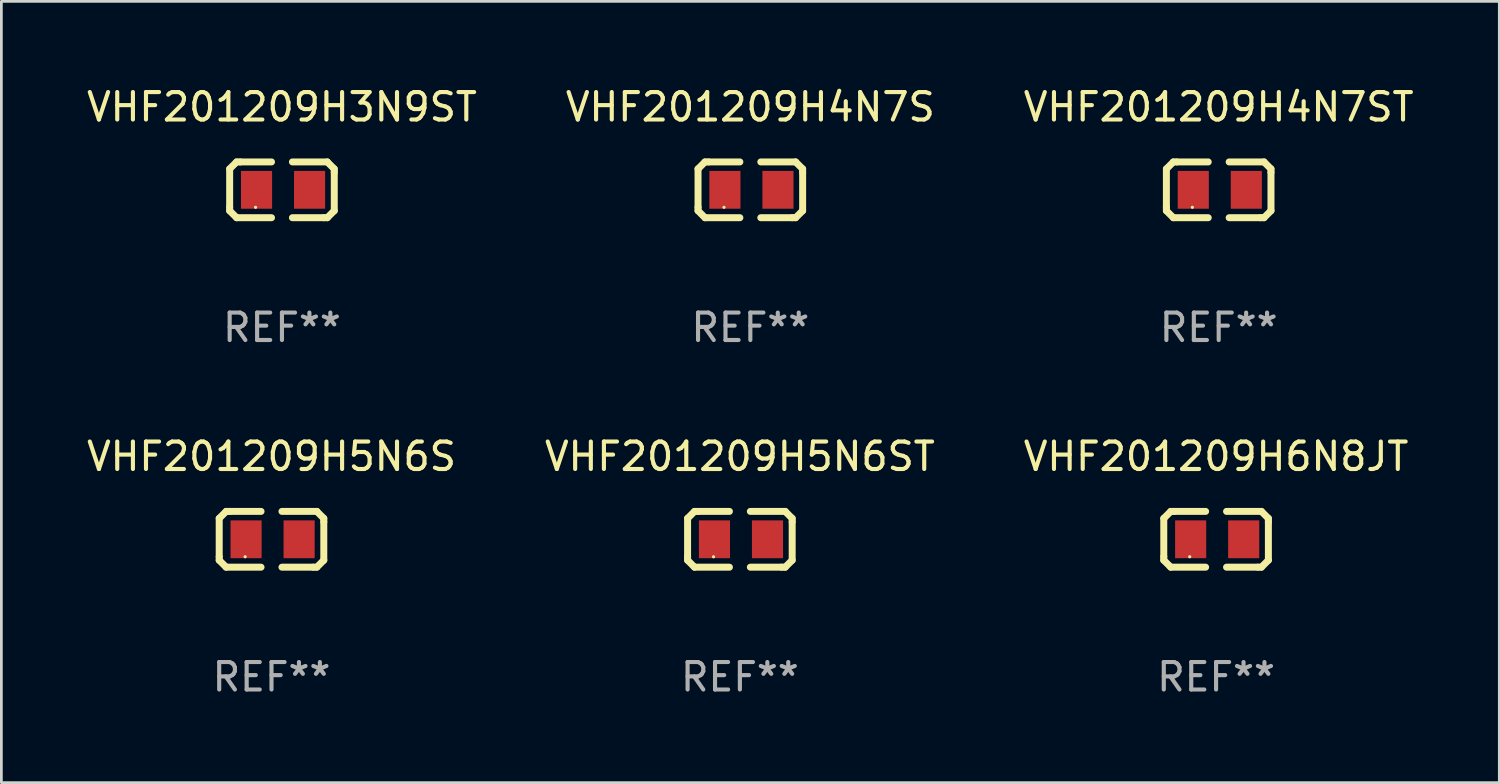
<source format=kicad_pcb>
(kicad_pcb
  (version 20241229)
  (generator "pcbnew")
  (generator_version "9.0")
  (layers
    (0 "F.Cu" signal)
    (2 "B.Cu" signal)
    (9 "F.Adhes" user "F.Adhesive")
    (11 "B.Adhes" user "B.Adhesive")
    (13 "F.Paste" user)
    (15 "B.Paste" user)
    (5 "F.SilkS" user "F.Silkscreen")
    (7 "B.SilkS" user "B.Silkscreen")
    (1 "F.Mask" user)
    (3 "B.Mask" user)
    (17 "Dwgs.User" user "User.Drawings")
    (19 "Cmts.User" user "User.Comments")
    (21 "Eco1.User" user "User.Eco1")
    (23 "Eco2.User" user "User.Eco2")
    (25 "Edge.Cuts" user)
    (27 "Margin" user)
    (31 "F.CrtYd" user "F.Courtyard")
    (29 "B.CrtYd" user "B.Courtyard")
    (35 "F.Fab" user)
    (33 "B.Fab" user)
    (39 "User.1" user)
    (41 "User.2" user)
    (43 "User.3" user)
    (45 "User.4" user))
  (footprint "VHF201209H3N9ST"
    (layer "F.Cu")
    (at 7.22 3.864)
    (property "Reference" "VHF201209H3N9ST" (at 0 -3.016 0) (layer "F.SilkS") (effects (font (size 1 1) (thickness 0.15))))
    (attr through_hole)
    (fp_line (start -1.905 -0.762) (end -1.905 0.635) (stroke (width 0.254) (type solid)) (layer "F.SilkS"))
    (fp_line (start -1.905 0.635) (end -1.905 0.762) (stroke (width 0.254) (type solid)) (layer "F.SilkS"))
    (fp_line (start -1.905 0.762) (end -1.651 1.016) (stroke (width 0.254) (type solid)) (layer "F.SilkS"))
    (fp_line (start -1.651 -1.016) (end -1.905 -0.762) (stroke (width 0.254) (type solid)) (layer "F.SilkS"))
    (fp_line (start -1.651 1.016) (end -0.381 1.016) (stroke (width 0.254) (type solid)) (layer "F.SilkS"))
    (fp_line (start -1.524 -1.016) (end -1.651 -1.016) (stroke (width 0.254) (type solid)) (layer "F.SilkS"))
    (fp_line (start -0.381 -1.016) (end -1.524 -1.016) (stroke (width 0.254) (type solid)) (layer "F.SilkS"))
    (fp_line (start 0.381 1.016) (end 1.524 1.016) (stroke (width 0.254) (type solid)) (layer "F.SilkS"))
    (fp_line (start 1.524 1.016) (end 1.651 1.016) (stroke (width 0.254) (type solid)) (layer "F.SilkS"))
    (fp_line (start 1.651 -1.016) (end 0.381 -1.016) (stroke (width 0.254) (type solid)) (layer "F.SilkS"))
    (fp_line (start 1.651 1.016) (end 1.905 0.762) (stroke (width 0.254) (type solid)) (layer "F.SilkS"))
    (fp_line (start 1.905 -0.762) (end 1.651 -1.016) (stroke (width 0.254) (type solid)) (layer "F.SilkS"))
    (fp_line (start 1.905 -0.635) (end 1.905 -0.762) (stroke (width 0.254) (type solid)) (layer "F.SilkS"))
    (fp_line (start 1.905 0.762) (end 1.905 -0.635) (stroke (width 0.254) (type solid)) (layer "F.SilkS"))
    (fp_circle (center -0.96 0.637) (end -0.93 0.637) (stroke (width 0.06) (type solid)) (fill no) (layer "F.SilkS"))
    (fp_text user "REF**" (at 0 5.016 0) (layer "F.Fab") (effects (font (size 1 1) (thickness 0.15))))
    (pad "1" smd rect (at -0.926 -0.000051) (size 1.133 1.377) (layers "F.Cu" "F.Mask" "F.Paste"))
    (pad "2" smd rect (at 1.006 -0.000051) (size 1.133 1.377) (layers "F.Cu" "F.Mask" "F.Paste")))
  (footprint "VHF201209H5N6S"
    (layer "F.Cu")
    (at 6.839 16.593)
    (property "Reference" "VHF201209H5N6S" (at 0 -3.016 0) (layer "F.SilkS") (effects (font (size 1 1) (thickness 0.15))))
    (attr through_hole)
    (fp_line (start -1.905 -0.762) (end -1.905 0.635) (stroke (width 0.254) (type solid)) (layer "F.SilkS"))
    (fp_line (start -1.905 0.635) (end -1.905 0.762) (stroke (width 0.254) (type solid)) (layer "F.SilkS"))
    (fp_line (start -1.905 0.762) (end -1.651 1.016) (stroke (width 0.254) (type solid)) (layer "F.SilkS"))
    (fp_line (start -1.651 -1.016) (end -1.905 -0.762) (stroke (width 0.254) (type solid)) (layer "F.SilkS"))
    (fp_line (start -1.651 1.016) (end -0.381 1.016) (stroke (width 0.254) (type solid)) (layer "F.SilkS"))
    (fp_line (start -1.524 -1.016) (end -1.651 -1.016) (stroke (width 0.254) (type solid)) (layer "F.SilkS"))
    (fp_line (start -0.381 -1.016) (end -1.524 -1.016) (stroke (width 0.254) (type solid)) (layer "F.SilkS"))
    (fp_line (start 0.381 1.016) (end 1.524 1.016) (stroke (width 0.254) (type solid)) (layer "F.SilkS"))
    (fp_line (start 1.524 1.016) (end 1.651 1.016) (stroke (width 0.254) (type solid)) (layer "F.SilkS"))
    (fp_line (start 1.651 -1.016) (end 0.381 -1.016) (stroke (width 0.254) (type solid)) (layer "F.SilkS"))
    (fp_line (start 1.651 1.016) (end 1.905 0.762) (stroke (width 0.254) (type solid)) (layer "F.SilkS"))
    (fp_line (start 1.905 -0.762) (end 1.651 -1.016) (stroke (width 0.254) (type solid)) (layer "F.SilkS"))
    (fp_line (start 1.905 -0.635) (end 1.905 -0.762) (stroke (width 0.254) (type solid)) (layer "F.SilkS"))
    (fp_line (start 1.905 0.762) (end 1.905 -0.635) (stroke (width 0.254) (type solid)) (layer "F.SilkS"))
    (fp_circle (center -0.96 0.637) (end -0.93 0.637) (stroke (width 0.06) (type solid)) (fill no) (layer "F.SilkS"))
    (fp_text user "REF**" (at 0 5.016 0) (layer "F.Fab") (effects (font (size 1 1) (thickness 0.15))))
    (pad "1" smd rect (at -0.926 -0.000051) (size 1.133 1.377) (layers "F.Cu" "F.Mask" "F.Paste"))
    (pad "2" smd rect (at 1.006 -0.000051) (size 1.133 1.377) (layers "F.Cu" "F.Mask" "F.Paste")))
  (footprint "VHF201209H6N8JT"
    (layer "F.Cu")
    (at 41.244 16.593)
    (property "Reference" "VHF201209H6N8JT" (at 0 -3.016 0) (layer "F.SilkS") (effects (font (size 1 1) (thickness 0.15))))
    (attr through_hole)
    (fp_line (start -1.905 -0.762) (end -1.905 0.635) (stroke (width 0.254) (type solid)) (layer "F.SilkS"))
    (fp_line (start -1.905 0.635) (end -1.905 0.762) (stroke (width 0.254) (type solid)) (layer "F.SilkS"))
    (fp_line (start -1.905 0.762) (end -1.651 1.016) (stroke (width 0.254) (type solid)) (layer "F.SilkS"))
    (fp_line (start -1.651 -1.016) (end -1.905 -0.762) (stroke (width 0.254) (type solid)) (layer "F.SilkS"))
    (fp_line (start -1.651 1.016) (end -0.381 1.016) (stroke (width 0.254) (type solid)) (layer "F.SilkS"))
    (fp_line (start -1.524 -1.016) (end -1.651 -1.016) (stroke (width 0.254) (type solid)) (layer "F.SilkS"))
    (fp_line (start -0.381 -1.016) (end -1.524 -1.016) (stroke (width 0.254) (type solid)) (layer "F.SilkS"))
    (fp_line (start 0.381 1.016) (end 1.524 1.016) (stroke (width 0.254) (type solid)) (layer "F.SilkS"))
    (fp_line (start 1.524 1.016) (end 1.651 1.016) (stroke (width 0.254) (type solid)) (layer "F.SilkS"))
    (fp_line (start 1.651 -1.016) (end 0.381 -1.016) (stroke (width 0.254) (type solid)) (layer "F.SilkS"))
    (fp_line (start 1.651 1.016) (end 1.905 0.762) (stroke (width 0.254) (type solid)) (layer "F.SilkS"))
    (fp_line (start 1.905 -0.762) (end 1.651 -1.016) (stroke (width 0.254) (type solid)) (layer "F.SilkS"))
    (fp_line (start 1.905 -0.635) (end 1.905 -0.762) (stroke (width 0.254) (type solid)) (layer "F.SilkS"))
    (fp_line (start 1.905 0.762) (end 1.905 -0.635) (stroke (width 0.254) (type solid)) (layer "F.SilkS"))
    (fp_circle (center -0.96 0.637) (end -0.93 0.637) (stroke (width 0.06) (type solid)) (fill no) (layer "F.SilkS"))
    (fp_text user "REF**" (at 0 5.016 0) (layer "F.Fab") (effects (font (size 1 1) (thickness 0.15))))
    (pad "1" smd rect (at -0.926 -0.000051) (size 1.133 1.377) (layers "F.Cu" "F.Mask" "F.Paste"))
    (pad "2" smd rect (at 1.006 -0.000051) (size 1.133 1.377) (layers "F.Cu" "F.Mask" "F.Paste")))
  (footprint "VHF201209H5N6ST"
    (layer "F.Cu")
    (at 23.899 16.593)
    (property "Reference" "VHF201209H5N6ST" (at 0 -3.016 0) (layer "F.SilkS") (effects (font (size 1 1) (thickness 0.15))))
    (attr through_hole)
    (fp_line (start -1.905 -0.762) (end -1.905 0.635) (stroke (width 0.254) (type solid)) (layer "F.SilkS"))
    (fp_line (start -1.905 0.635) (end -1.905 0.762) (stroke (width 0.254) (type solid)) (layer "F.SilkS"))
    (fp_line (start -1.905 0.762) (end -1.651 1.016) (stroke (width 0.254) (type solid)) (layer "F.SilkS"))
    (fp_line (start -1.651 -1.016) (end -1.905 -0.762) (stroke (width 0.254) (type solid)) (layer "F.SilkS"))
    (fp_line (start -1.651 1.016) (end -0.381 1.016) (stroke (width 0.254) (type solid)) (layer "F.SilkS"))
    (fp_line (start -1.524 -1.016) (end -1.651 -1.016) (stroke (width 0.254) (type solid)) (layer "F.SilkS"))
    (fp_line (start -0.381 -1.016) (end -1.524 -1.016) (stroke (width 0.254) (type solid)) (layer "F.SilkS"))
    (fp_line (start 0.381 1.016) (end 1.524 1.016) (stroke (width 0.254) (type solid)) (layer "F.SilkS"))
    (fp_line (start 1.524 1.016) (end 1.651 1.016) (stroke (width 0.254) (type solid)) (layer "F.SilkS"))
    (fp_line (start 1.651 -1.016) (end 0.381 -1.016) (stroke (width 0.254) (type solid)) (layer "F.SilkS"))
    (fp_line (start 1.651 1.016) (end 1.905 0.762) (stroke (width 0.254) (type solid)) (layer "F.SilkS"))
    (fp_line (start 1.905 -0.762) (end 1.651 -1.016) (stroke (width 0.254) (type solid)) (layer "F.SilkS"))
    (fp_line (start 1.905 -0.635) (end 1.905 -0.762) (stroke (width 0.254) (type solid)) (layer "F.SilkS"))
    (fp_line (start 1.905 0.762) (end 1.905 -0.635) (stroke (width 0.254) (type solid)) (layer "F.SilkS"))
    (fp_circle (center -0.96 0.637) (end -0.93 0.637) (stroke (width 0.06) (type solid)) (fill no) (layer "F.SilkS"))
    (fp_text user "REF**" (at 0 5.016 0) (layer "F.Fab") (effects (font (size 1 1) (thickness 0.15))))
    (pad "1" smd rect (at -0.926 -0.000051) (size 1.133 1.377) (layers "F.Cu" "F.Mask" "F.Paste"))
    (pad "2" smd rect (at 1.006 -0.000051) (size 1.133 1.377) (layers "F.Cu" "F.Mask" "F.Paste")))
  (footprint "VHF201209H4N7S"
    (layer "F.Cu")
    (at 24.28 3.864)
    (property "Reference" "VHF201209H4N7S" (at 0 -3.016 0) (layer "F.SilkS") (effects (font (size 1 1) (thickness 0.15))))
    (attr through_hole)
    (fp_line (start -1.905 -0.762) (end -1.905 0.635) (stroke (width 0.254) (type solid)) (layer "F.SilkS"))
    (fp_line (start -1.905 0.635) (end -1.905 0.762) (stroke (width 0.254) (type solid)) (layer "F.SilkS"))
    (fp_line (start -1.905 0.762) (end -1.651 1.016) (stroke (width 0.254) (type solid)) (layer "F.SilkS"))
    (fp_line (start -1.651 -1.016) (end -1.905 -0.762) (stroke (width 0.254) (type solid)) (layer "F.SilkS"))
    (fp_line (start -1.651 1.016) (end -0.381 1.016) (stroke (width 0.254) (type solid)) (layer "F.SilkS"))
    (fp_line (start -1.524 -1.016) (end -1.651 -1.016) (stroke (width 0.254) (type solid)) (layer "F.SilkS"))
    (fp_line (start -0.381 -1.016) (end -1.524 -1.016) (stroke (width 0.254) (type solid)) (layer "F.SilkS"))
    (fp_line (start 0.381 1.016) (end 1.524 1.016) (stroke (width 0.254) (type solid)) (layer "F.SilkS"))
    (fp_line (start 1.524 1.016) (end 1.651 1.016) (stroke (width 0.254) (type solid)) (layer "F.SilkS"))
    (fp_line (start 1.651 -1.016) (end 0.381 -1.016) (stroke (width 0.254) (type solid)) (layer "F.SilkS"))
    (fp_line (start 1.651 1.016) (end 1.905 0.762) (stroke (width 0.254) (type solid)) (layer "F.SilkS"))
    (fp_line (start 1.905 -0.762) (end 1.651 -1.016) (stroke (width 0.254) (type solid)) (layer "F.SilkS"))
    (fp_line (start 1.905 -0.635) (end 1.905 -0.762) (stroke (width 0.254) (type solid)) (layer "F.SilkS"))
    (fp_line (start 1.905 0.762) (end 1.905 -0.635) (stroke (width 0.254) (type solid)) (layer "F.SilkS"))
    (fp_circle (center -0.96 0.637) (end -0.93 0.637) (stroke (width 0.06) (type solid)) (fill no) (layer "F.SilkS"))
    (fp_text user "REF**" (at 0 5.016 0) (layer "F.Fab") (effects (font (size 1 1) (thickness 0.15))))
    (pad "1" smd rect (at -0.926 -0.000051) (size 1.133 1.377) (layers "F.Cu" "F.Mask" "F.Paste"))
    (pad "2" smd rect (at 1.006 -0.000051) (size 1.133 1.377) (layers "F.Cu" "F.Mask" "F.Paste")))
  (footprint "VHF201209H4N7ST"
    (layer "F.Cu")
    (at 41.339 3.864)
    (property "Reference" "VHF201209H4N7ST" (at 0 -3.016 0) (layer "F.SilkS") (effects (font (size 1 1) (thickness 0.15))))
    (attr through_hole)
    (fp_line (start -1.905 -0.762) (end -1.905 0.635) (stroke (width 0.254) (type solid)) (layer "F.SilkS"))
    (fp_line (start -1.905 0.635) (end -1.905 0.762) (stroke (width 0.254) (type solid)) (layer "F.SilkS"))
    (fp_line (start -1.905 0.762) (end -1.651 1.016) (stroke (width 0.254) (type solid)) (layer "F.SilkS"))
    (fp_line (start -1.651 -1.016) (end -1.905 -0.762) (stroke (width 0.254) (type solid)) (layer "F.SilkS"))
    (fp_line (start -1.651 1.016) (end -0.381 1.016) (stroke (width 0.254) (type solid)) (layer "F.SilkS"))
    (fp_line (start -1.524 -1.016) (end -1.651 -1.016) (stroke (width 0.254) (type solid)) (layer "F.SilkS"))
    (fp_line (start -0.381 -1.016) (end -1.524 -1.016) (stroke (width 0.254) (type solid)) (layer "F.SilkS"))
    (fp_line (start 0.381 1.016) (end 1.524 1.016) (stroke (width 0.254) (type solid)) (layer "F.SilkS"))
    (fp_line (start 1.524 1.016) (end 1.651 1.016) (stroke (width 0.254) (type solid)) (layer "F.SilkS"))
    (fp_line (start 1.651 -1.016) (end 0.381 -1.016) (stroke (width 0.254) (type solid)) (layer "F.SilkS"))
    (fp_line (start 1.651 1.016) (end 1.905 0.762) (stroke (width 0.254) (type solid)) (layer "F.SilkS"))
    (fp_line (start 1.905 -0.762) (end 1.651 -1.016) (stroke (width 0.254) (type solid)) (layer "F.SilkS"))
    (fp_line (start 1.905 -0.635) (end 1.905 -0.762) (stroke (width 0.254) (type solid)) (layer "F.SilkS"))
    (fp_line (start 1.905 0.762) (end 1.905 -0.635) (stroke (width 0.254) (type solid)) (layer "F.SilkS"))
    (fp_circle (center -0.96 0.637) (end -0.93 0.637) (stroke (width 0.06) (type solid)) (fill no) (layer "F.SilkS"))
    (fp_text user "REF**" (at 0 5.016 0) (layer "F.Fab") (effects (font (size 1 1) (thickness 0.15))))
    (pad "1" smd rect (at -0.926 -0.000051) (size 1.133 1.377) (layers "F.Cu" "F.Mask" "F.Paste"))
    (pad "2" smd rect (at 1.006 -0.000051) (size 1.133 1.377) (layers "F.Cu" "F.Mask" "F.Paste")))
  (gr_rect
    (start -3 -3)
    (end 51.56 25.457)
    (stroke (width 0.1) (type default))
    (fill no)
    (layer "Edge.Cuts")))
</source>
